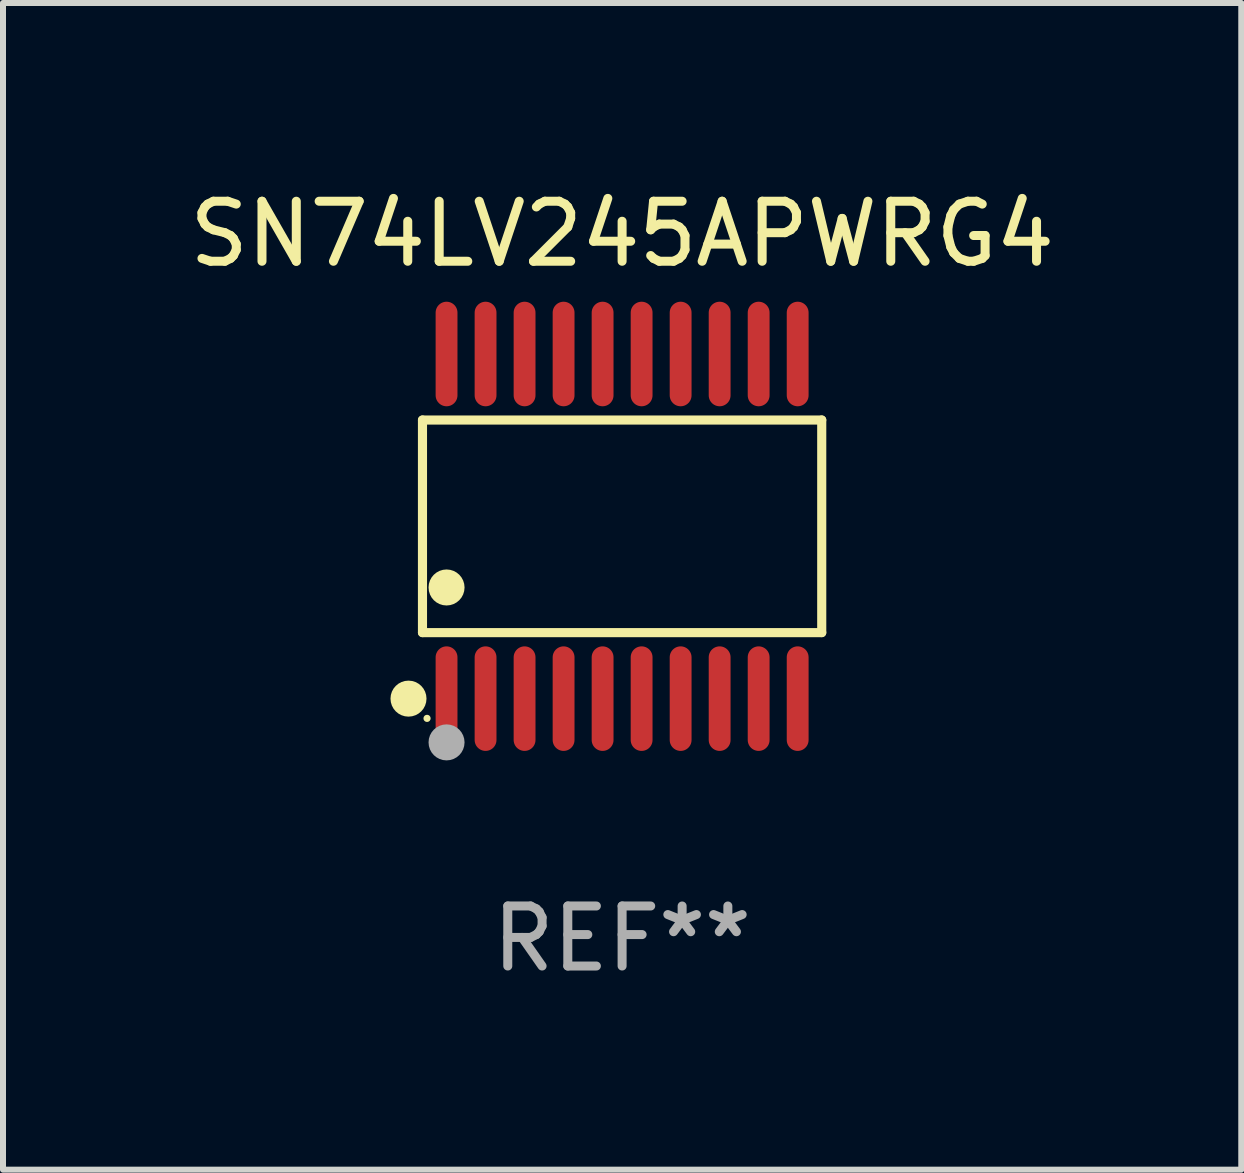
<source format=kicad_pcb>
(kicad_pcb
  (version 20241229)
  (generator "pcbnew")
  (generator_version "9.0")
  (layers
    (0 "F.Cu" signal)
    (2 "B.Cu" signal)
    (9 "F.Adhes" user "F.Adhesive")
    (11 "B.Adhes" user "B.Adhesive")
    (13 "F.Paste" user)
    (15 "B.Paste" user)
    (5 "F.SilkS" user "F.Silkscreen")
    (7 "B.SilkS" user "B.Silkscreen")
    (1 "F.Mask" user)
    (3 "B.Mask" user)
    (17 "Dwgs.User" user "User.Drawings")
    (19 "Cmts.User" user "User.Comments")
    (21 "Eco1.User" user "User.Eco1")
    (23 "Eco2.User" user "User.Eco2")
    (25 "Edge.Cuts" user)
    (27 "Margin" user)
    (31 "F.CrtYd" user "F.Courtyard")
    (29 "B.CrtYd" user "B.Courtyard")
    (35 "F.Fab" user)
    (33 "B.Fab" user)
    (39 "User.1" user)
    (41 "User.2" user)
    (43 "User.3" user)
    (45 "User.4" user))
  (footprint "SN74LV245APWRG4"
    (layer "F.Cu")
    (at 7.315 5.719)
    (property "Reference" "SN74LV245APWRG4" (at 0 -4.871 0) (layer "F.SilkS") (effects (font (size 1 1) (thickness 0.15))))
    (attr through_hole)
    (fp_line (start -3.326 -1.771) (end 3.326 -1.771) (stroke (width 0.152) (type solid)) (layer "F.SilkS"))
    (fp_line (start -3.326 1.771) (end -3.326 -1.771) (stroke (width 0.152) (type solid)) (layer "F.SilkS"))
    (fp_line (start 3.326 -1.771) (end 3.326 1.771) (stroke (width 0.152) (type solid)) (layer "F.SilkS"))
    (fp_line (start 3.326 1.771) (end -3.326 1.771) (stroke (width 0.152) (type solid)) (layer "F.SilkS"))
    (fp_circle (center -3.559 2.871) (end -3.409 2.871) (stroke (width 0.3) (type solid)) (fill no) (layer "F.SilkS"))
    (fp_circle (center -3.25 3.2) (end -3.22 3.2) (stroke (width 0.06) (type solid)) (fill no) (layer "F.SilkS"))
    (fp_circle (center -2.925 1.019) (end -2.775 1.019) (stroke (width 0.3) (type solid)) (fill no) (layer "F.SilkS"))
    (fp_circle (center -2.925 3.6) (end -2.775 3.6) (stroke (width 0.3) (type solid)) (fill no) (layer "F.Fab"))
    (fp_text user "REF**" (at 0 6.871 0) (layer "F.Fab") (effects (font (size 1 1) (thickness 0.15))))
    (pad "1" smd oval (at -2.925 2.871) (size 0.364 1.742) (layers "F.Cu" "F.Mask" "F.Paste"))
    (pad "2" smd oval (at -2.275 2.871) (size 0.364 1.742) (layers "F.Cu" "F.Mask" "F.Paste"))
    (pad "3" smd oval (at -1.625 2.871) (size 0.364 1.742) (layers "F.Cu" "F.Mask" "F.Paste"))
    (pad "4" smd oval (at -0.975 2.871) (size 0.364 1.742) (layers "F.Cu" "F.Mask" "F.Paste"))
    (pad "5" smd oval (at -0.325 2.871) (size 0.364 1.742) (layers "F.Cu" "F.Mask" "F.Paste"))
    (pad "6" smd oval (at 0.325 2.871) (size 0.364 1.742) (layers "F.Cu" "F.Mask" "F.Paste"))
    (pad "7" smd oval (at 0.975 2.871) (size 0.364 1.742) (layers "F.Cu" "F.Mask" "F.Paste"))
    (pad "8" smd oval (at 1.625 2.871) (size 0.364 1.742) (layers "F.Cu" "F.Mask" "F.Paste"))
    (pad "9" smd oval (at 2.275 2.871) (size 0.364 1.742) (layers "F.Cu" "F.Mask" "F.Paste"))
    (pad "10" smd oval (at 2.925 2.871) (size 0.364 1.742) (layers "F.Cu" "F.Mask" "F.Paste"))
    (pad "11" smd oval (at 2.925 -2.871) (size 0.364 1.742) (layers "F.Cu" "F.Mask" "F.Paste"))
    (pad "12" smd oval (at 2.275 -2.871) (size 0.364 1.742) (layers "F.Cu" "F.Mask" "F.Paste"))
    (pad "13" smd oval (at 1.625 -2.871) (size 0.364 1.742) (layers "F.Cu" "F.Mask" "F.Paste"))
    (pad "14" smd oval (at 0.975 -2.871) (size 0.364 1.742) (layers "F.Cu" "F.Mask" "F.Paste"))
    (pad "15" smd oval (at 0.325 -2.871) (size 0.364 1.742) (layers "F.Cu" "F.Mask" "F.Paste"))
    (pad "16" smd oval (at -0.325 -2.871) (size 0.364 1.742) (layers "F.Cu" "F.Mask" "F.Paste"))
    (pad "17" smd oval (at -0.975 -2.871) (size 0.364 1.742) (layers "F.Cu" "F.Mask" "F.Paste"))
    (pad "18" smd oval (at -1.625 -2.871) (size 0.364 1.742) (layers "F.Cu" "F.Mask" "F.Paste"))
    (pad "19" smd oval (at -2.275 -2.871) (size 0.364 1.742) (layers "F.Cu" "F.Mask" "F.Paste"))
    (pad "20" smd oval (at -2.925 -2.871) (size 0.364 1.742) (layers "F.Cu" "F.Mask" "F.Paste")))
  (gr_rect
    (start -3 -3)
    (end 17.631 16.438)
    (stroke (width 0.1) (type default))
    (fill no)
    (layer "Edge.Cuts")))
</source>
